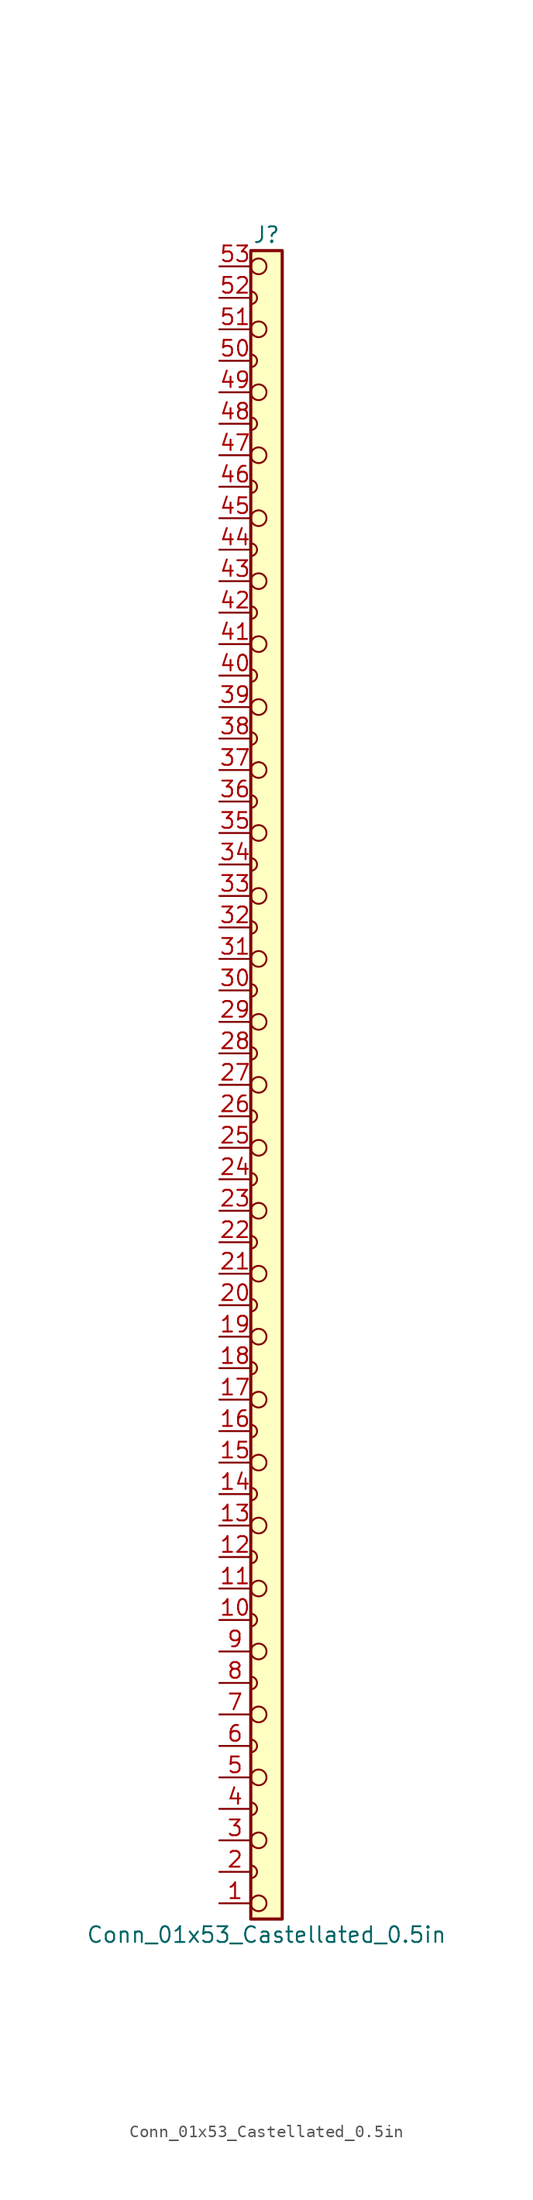
<source format=kicad_sym>
(kicad_symbol_lib
  (version 20241209)
  (generator "kicad_symbol_editor")
  (generator_version "9.0")
  (symbol "Conn_01x53_Castellated_0.5in"
    (pin_names
      (offset 1.016)
      (hide yes))
    (property "Reference" "J"
      (at 0 68.58 0)
      (effects (font (size 1.27 1.27))))
    (property "Value" "Conn_01x53_Castellated_0.5in"
      (at 0 -68.58 0)
      (effects (font (size 1.27 1.27))))
    (symbol "Conn_01x53_Castellated_0.5in_0_1"
      (polyline (pts (xy -1.27 64.008) (xy -1.27 62.992)) (stroke (width 0) (type default)) (fill (type none)))
      (arc (start -1.27 64.008) (mid -0.762 63.5) (end -1.27 62.992) (stroke (width 0) (type default)) (fill (type none)))
      (polyline (pts (xy -1.27 58.928) (xy -1.27 57.912)) (stroke (width 0) (type default)) (fill (type none)))
      (arc (start -1.27 58.928) (mid -0.762 58.42) (end -1.27 57.912) (stroke (width 0) (type default)) (fill (type none)))
      (polyline (pts (xy -1.27 53.848) (xy -1.27 52.832)) (stroke (width 0) (type default)) (fill (type none)))
      (arc (start -1.27 53.848) (mid -0.762 53.34) (end -1.27 52.832) (stroke (width 0) (type default)) (fill (type none)))
      (polyline (pts (xy -1.27 48.768) (xy -1.27 47.752)) (stroke (width 0) (type default)) (fill (type none)))
      (arc (start -1.27 48.768) (mid -0.762 48.26) (end -1.27 47.752) (stroke (width 0) (type default)) (fill (type none)))
      (polyline (pts (xy -1.27 43.688) (xy -1.27 42.672)) (stroke (width 0) (type default)) (fill (type none)))
      (arc (start -1.27 43.688) (mid -0.762 43.18) (end -1.27 42.672) (stroke (width 0) (type default)) (fill (type none)))
      (polyline (pts (xy -1.27 38.608) (xy -1.27 37.592)) (stroke (width 0) (type default)) (fill (type none)))
      (arc (start -1.27 38.608) (mid -0.762 38.1) (end -1.27 37.592) (stroke (width 0) (type default)) (fill (type none)))
      (polyline (pts (xy -1.27 33.528) (xy -1.27 32.512)) (stroke (width 0) (type default)) (fill (type none)))
      (arc (start -1.27 33.528) (mid -0.762 33.02) (end -1.27 32.512) (stroke (width 0) (type default)) (fill (type none)))
      (polyline (pts (xy -1.27 28.448) (xy -1.27 27.432)) (stroke (width 0) (type default)) (fill (type none)))
      (arc (start -1.27 28.448) (mid -0.762 27.94) (end -1.27 27.432) (stroke (width 0) (type default)) (fill (type none)))
      (polyline (pts (xy -1.27 23.368) (xy -1.27 22.352)) (stroke (width 0) (type default)) (fill (type none)))
      (arc (start -1.27 23.368) (mid -0.762 22.86) (end -1.27 22.352) (stroke (width 0) (type default)) (fill (type none)))
      (polyline (pts (xy -1.27 18.288) (xy -1.27 17.272)) (stroke (width 0) (type default)) (fill (type none)))
      (arc (start -1.27 18.288) (mid -0.762 17.78) (end -1.27 17.272) (stroke (width 0) (type default)) (fill (type none)))
      (polyline (pts (xy -1.27 13.208) (xy -1.27 12.192)) (stroke (width 0) (type default)) (fill (type none)))
      (arc (start -1.27 13.208) (mid -0.762 12.7) (end -1.27 12.192) (stroke (width 0) (type default)) (fill (type none)))
      (polyline (pts (xy -1.27 8.128) (xy -1.27 7.112)) (stroke (width 0) (type default)) (fill (type none)))
      (arc (start -1.27 8.128) (mid -0.762 7.62) (end -1.27 7.112) (stroke (width 0) (type default)) (fill (type none)))
      (polyline (pts (xy -1.27 3.048) (xy -1.27 2.032)) (stroke (width 0) (type default)) (fill (type none)))
      (arc (start -1.27 3.048) (mid -0.762 2.54) (end -1.27 2.032) (stroke (width 0) (type default)) (fill (type none)))
      (polyline (pts (xy -1.27 -2.032) (xy -1.27 -3.048)) (stroke (width 0) (type default)) (fill (type none)))
      (arc (start -1.27 -2.032) (mid -0.762 -2.54) (end -1.27 -3.048) (stroke (width 0) (type default)) (fill (type none)))
      (polyline (pts (xy -1.27 -7.112) (xy -1.27 -8.128)) (stroke (width 0) (type default)) (fill (type none)))
      (arc (start -1.27 -7.112) (mid -0.762 -7.62) (end -1.27 -8.128) (stroke (width 0) (type default)) (fill (type none)))
      (polyline (pts (xy -1.27 -12.192) (xy -1.27 -13.208)) (stroke (width 0) (type default)) (fill (type none)))
      (arc (start -1.27 -12.192) (mid -0.762 -12.7) (end -1.27 -13.208) (stroke (width 0) (type default)) (fill (type none)))
      (polyline (pts (xy -1.27 -17.272) (xy -1.27 -18.288)) (stroke (width 0) (type default)) (fill (type none)))
      (arc (start -1.27 -17.272) (mid -0.762 -17.78) (end -1.27 -18.288) (stroke (width 0) (type default)) (fill (type none)))
      (polyline (pts (xy -1.27 -22.352) (xy -1.27 -23.368)) (stroke (width 0) (type default)) (fill (type none)))
      (arc (start -1.27 -22.352) (mid -0.762 -22.86) (end -1.27 -23.368) (stroke (width 0) (type default)) (fill (type none)))
      (polyline (pts (xy -1.27 -27.432) (xy -1.27 -28.448)) (stroke (width 0) (type default)) (fill (type none)))
      (arc (start -1.27 -27.432) (mid -0.762 -27.94) (end -1.27 -28.448) (stroke (width 0) (type default)) (fill (type none)))
      (polyline (pts (xy -1.27 -32.512) (xy -1.27 -33.528)) (stroke (width 0) (type default)) (fill (type none)))
      (arc (start -1.27 -32.512) (mid -0.762 -33.02) (end -1.27 -33.528) (stroke (width 0) (type default)) (fill (type none)))
      (polyline (pts (xy -1.27 -37.592) (xy -1.27 -38.608)) (stroke (width 0) (type default)) (fill (type none)))
      (arc (start -1.27 -37.592) (mid -0.762 -38.1) (end -1.27 -38.608) (stroke (width 0) (type default)) (fill (type none)))
      (polyline (pts (xy -1.27 -42.672) (xy -1.27 -43.688)) (stroke (width 0) (type default)) (fill (type none)))
      (arc (start -1.27 -42.672) (mid -0.762 -43.18) (end -1.27 -43.688) (stroke (width 0) (type default)) (fill (type none)))
      (polyline (pts (xy -1.27 -47.752) (xy -1.27 -48.768)) (stroke (width 0) (type default)) (fill (type none)))
      (arc (start -1.27 -47.752) (mid -0.762 -48.26) (end -1.27 -48.768) (stroke (width 0) (type default)) (fill (type none)))
      (polyline (pts (xy -1.27 -52.832) (xy -1.27 -53.848)) (stroke (width 0) (type default)) (fill (type none)))
      (arc (start -1.27 -52.832) (mid -0.762 -53.34) (end -1.27 -53.848) (stroke (width 0) (type default)) (fill (type none)))
      (polyline (pts (xy -1.27 -57.912) (xy -1.27 -58.928)) (stroke (width 0) (type default)) (fill (type none)))
      (arc (start -1.27 -57.912) (mid -0.762 -58.42) (end -1.27 -58.928) (stroke (width 0) (type default)) (fill (type none)))
      (polyline (pts (xy -1.27 -62.992) (xy -1.27 -64.008)) (stroke (width 0) (type default)) (fill (type none)))
      (arc (start -1.27 -62.992) (mid -0.762 -63.5) (end -1.27 -64.008) (stroke (width 0) (type default)) (fill (type none)))
      (circle (center -0.635 66.04) (radius 0.635) (stroke (width 0) (type default)) (fill (type none)))
      (circle (center -0.635 60.96) (radius 0.635) (stroke (width 0) (type default)) (fill (type none)))
      (circle (center -0.635 55.88) (radius 0.635) (stroke (width 0) (type default)) (fill (type none)))
      (circle (center -0.635 50.8) (radius 0.635) (stroke (width 0) (type default)) (fill (type none)))
      (circle (center -0.635 45.72) (radius 0.635) (stroke (width 0) (type default)) (fill (type none)))
      (circle (center -0.635 40.64) (radius 0.635) (stroke (width 0) (type default)) (fill (type none)))
      (circle (center -0.635 35.56) (radius 0.635) (stroke (width 0) (type default)) (fill (type none)))
      (circle (center -0.635 30.48) (radius 0.635) (stroke (width 0) (type default)) (fill (type none)))
      (circle (center -0.635 25.4) (radius 0.635) (stroke (width 0) (type default)) (fill (type none)))
      (circle (center -0.635 20.32) (radius 0.635) (stroke (width 0) (type default)) (fill (type none)))
      (circle (center -0.635 15.24) (radius 0.635) (stroke (width 0) (type default)) (fill (type none)))
      (circle (center -0.635 10.16) (radius 0.635) (stroke (width 0) (type default)) (fill (type none)))
      (circle (center -0.635 5.08) (radius 0.635) (stroke (width 0) (type default)) (fill (type none)))
      (circle (center -0.635 0) (radius 0.635) (stroke (width 0) (type default)) (fill (type none)))
      (circle (center -0.635 -5.08) (radius 0.635) (stroke (width 0) (type default)) (fill (type none)))
      (circle (center -0.635 -10.16) (radius 0.635) (stroke (width 0) (type default)) (fill (type none)))
      (circle (center -0.635 -15.24) (radius 0.635) (stroke (width 0) (type default)) (fill (type none)))
      (circle (center -0.635 -20.32) (radius 0.635) (stroke (width 0) (type default)) (fill (type none)))
      (circle (center -0.635 -25.4) (radius 0.635) (stroke (width 0) (type default)) (fill (type none)))
      (circle (center -0.635 -30.48) (radius 0.635) (stroke (width 0) (type default)) (fill (type none)))
      (circle (center -0.635 -35.56) (radius 0.635) (stroke (width 0) (type default)) (fill (type none)))
      (circle (center -0.635 -40.64) (radius 0.635) (stroke (width 0) (type default)) (fill (type none)))
      (circle (center -0.635 -45.72) (radius 0.635) (stroke (width 0) (type default)) (fill (type none)))
      (circle (center -0.635 -50.8) (radius 0.635) (stroke (width 0) (type default)) (fill (type none)))
      (circle (center -0.635 -55.88) (radius 0.635) (stroke (width 0) (type default)) (fill (type none)))
      (circle (center -0.635 -60.96) (radius 0.635) (stroke (width 0) (type default)) (fill (type none)))
      (circle (center -0.635 -66.04) (radius 0.635) (stroke (width 0) (type default)) (fill (type none))))
    (symbol "Conn_01x53_Castellated_0.5in_1_1"
      (rectangle (start -1.27 67.31) (end 1.27 -67.31) (stroke (width 0.254) (type default)) (fill (type background)))
      (pin passive line (at -3.81 66.04 0) (length 2.54) (name "Pin_53" (effects (font (size 1.27 1.27)))) (number "53" (effects (font (size 1.27 1.27)))))
      (pin passive line (at -3.81 63.5 0) (length 2.54) (name "Pin_52" (effects (font (size 1.27 1.27)))) (number "52" (effects (font (size 1.27 1.27)))))
      (pin passive line (at -3.81 60.96 0) (length 2.54) (name "Pin_51" (effects (font (size 1.27 1.27)))) (number "51" (effects (font (size 1.27 1.27)))))
      (pin passive line (at -3.81 58.42 0) (length 2.54) (name "Pin_50" (effects (font (size 1.27 1.27)))) (number "50" (effects (font (size 1.27 1.27)))))
      (pin passive line (at -3.81 55.88 0) (length 2.54) (name "Pin_49" (effects (font (size 1.27 1.27)))) (number "49" (effects (font (size 1.27 1.27)))))
      (pin passive line (at -3.81 53.34 0) (length 2.54) (name "Pin_48" (effects (font (size 1.27 1.27)))) (number "48" (effects (font (size 1.27 1.27)))))
      (pin passive line (at -3.81 50.8 0) (length 2.54) (name "Pin_47" (effects (font (size 1.27 1.27)))) (number "47" (effects (font (size 1.27 1.27)))))
      (pin passive line (at -3.81 48.26 0) (length 2.54) (name "Pin_46" (effects (font (size 1.27 1.27)))) (number "46" (effects (font (size 1.27 1.27)))))
      (pin passive line (at -3.81 45.72 0) (length 2.54) (name "Pin_45" (effects (font (size 1.27 1.27)))) (number "45" (effects (font (size 1.27 1.27)))))
      (pin passive line (at -3.81 43.18 0) (length 2.54) (name "Pin_44" (effects (font (size 1.27 1.27)))) (number "44" (effects (font (size 1.27 1.27)))))
      (pin passive line (at -3.81 40.64 0) (length 2.54) (name "Pin_43" (effects (font (size 1.27 1.27)))) (number "43" (effects (font (size 1.27 1.27)))))
      (pin passive line (at -3.81 38.1 0) (length 2.54) (name "Pin_42" (effects (font (size 1.27 1.27)))) (number "42" (effects (font (size 1.27 1.27)))))
      (pin passive line (at -3.81 35.56 0) (length 2.54) (name "Pin_41" (effects (font (size 1.27 1.27)))) (number "41" (effects (font (size 1.27 1.27)))))
      (pin passive line (at -3.81 33.02 0) (length 2.54) (name "Pin_40" (effects (font (size 1.27 1.27)))) (number "40" (effects (font (size 1.27 1.27)))))
      (pin passive line (at -3.81 30.48 0) (length 2.54) (name "Pin_39" (effects (font (size 1.27 1.27)))) (number "39" (effects (font (size 1.27 1.27)))))
      (pin passive line (at -3.81 27.94 0) (length 2.54) (name "Pin_38" (effects (font (size 1.27 1.27)))) (number "38" (effects (font (size 1.27 1.27)))))
      (pin passive line (at -3.81 25.4 0) (length 2.54) (name "Pin_37" (effects (font (size 1.27 1.27)))) (number "37" (effects (font (size 1.27 1.27)))))
      (pin passive line (at -3.81 22.86 0) (length 2.54) (name "Pin_36" (effects (font (size 1.27 1.27)))) (number "36" (effects (font (size 1.27 1.27)))))
      (pin passive line (at -3.81 20.32 0) (length 2.54) (name "Pin_35" (effects (font (size 1.27 1.27)))) (number "35" (effects (font (size 1.27 1.27)))))
      (pin passive line (at -3.81 17.78 0) (length 2.54) (name "Pin_34" (effects (font (size 1.27 1.27)))) (number "34" (effects (font (size 1.27 1.27)))))
      (pin passive line (at -3.81 15.24 0) (length 2.54) (name "Pin_33" (effects (font (size 1.27 1.27)))) (number "33" (effects (font (size 1.27 1.27)))))
      (pin passive line (at -3.81 12.7 0) (length 2.54) (name "Pin_32" (effects (font (size 1.27 1.27)))) (number "32" (effects (font (size 1.27 1.27)))))
      (pin passive line (at -3.81 10.16 0) (length 2.54) (name "Pin_31" (effects (font (size 1.27 1.27)))) (number "31" (effects (font (size 1.27 1.27)))))
      (pin passive line (at -3.81 7.62 0) (length 2.54) (name "Pin_30" (effects (font (size 1.27 1.27)))) (number "30" (effects (font (size 1.27 1.27)))))
      (pin passive line (at -3.81 5.08 0) (length 2.54) (name "Pin_29" (effects (font (size 1.27 1.27)))) (number "29" (effects (font (size 1.27 1.27)))))
      (pin passive line (at -3.81 2.54 0) (length 2.54) (name "Pin_28" (effects (font (size 1.27 1.27)))) (number "28" (effects (font (size 1.27 1.27)))))
      (pin passive line (at -3.81 0 0) (length 2.54) (name "Pin_27" (effects (font (size 1.27 1.27)))) (number "27" (effects (font (size 1.27 1.27)))))
      (pin passive line (at -3.81 -2.54 0) (length 2.54) (name "Pin_26" (effects (font (size 1.27 1.27)))) (number "26" (effects (font (size 1.27 1.27)))))
      (pin passive line (at -3.81 -5.08 0) (length 2.54) (name "Pin_25" (effects (font (size 1.27 1.27)))) (number "25" (effects (font (size 1.27 1.27)))))
      (pin passive line (at -3.81 -7.62 0) (length 2.54) (name "Pin_24" (effects (font (size 1.27 1.27)))) (number "24" (effects (font (size 1.27 1.27)))))
      (pin passive line (at -3.81 -10.16 0) (length 2.54) (name "Pin_23" (effects (font (size 1.27 1.27)))) (number "23" (effects (font (size 1.27 1.27)))))
      (pin passive line (at -3.81 -12.7 0) (length 2.54) (name "Pin_22" (effects (font (size 1.27 1.27)))) (number "22" (effects (font (size 1.27 1.27)))))
      (pin passive line (at -3.81 -15.24 0) (length 2.54) (name "Pin_21" (effects (font (size 1.27 1.27)))) (number "21" (effects (font (size 1.27 1.27)))))
      (pin passive line (at -3.81 -17.78 0) (length 2.54) (name "Pin_20" (effects (font (size 1.27 1.27)))) (number "20" (effects (font (size 1.27 1.27)))))
      (pin passive line (at -3.81 -20.32 0) (length 2.54) (name "Pin_19" (effects (font (size 1.27 1.27)))) (number "19" (effects (font (size 1.27 1.27)))))
      (pin passive line (at -3.81 -22.86 0) (length 2.54) (name "Pin_18" (effects (font (size 1.27 1.27)))) (number "18" (effects (font (size 1.27 1.27)))))
      (pin passive line (at -3.81 -25.4 0) (length 2.54) (name "Pin_17" (effects (font (size 1.27 1.27)))) (number "17" (effects (font (size 1.27 1.27)))))
      (pin passive line (at -3.81 -27.94 0) (length 2.54) (name "Pin_16" (effects (font (size 1.27 1.27)))) (number "16" (effects (font (size 1.27 1.27)))))
      (pin passive line (at -3.81 -30.48 0) (length 2.54) (name "Pin_15" (effects (font (size 1.27 1.27)))) (number "15" (effects (font (size 1.27 1.27)))))
      (pin passive line (at -3.81 -33.02 0) (length 2.54) (name "Pin_14" (effects (font (size 1.27 1.27)))) (number "14" (effects (font (size 1.27 1.27)))))
      (pin passive line (at -3.81 -35.56 0) (length 2.54) (name "Pin_13" (effects (font (size 1.27 1.27)))) (number "13" (effects (font (size 1.27 1.27)))))
      (pin passive line (at -3.81 -38.1 0) (length 2.54) (name "Pin_12" (effects (font (size 1.27 1.27)))) (number "12" (effects (font (size 1.27 1.27)))))
      (pin passive line (at -3.81 -40.64 0) (length 2.54) (name "Pin_11" (effects (font (size 1.27 1.27)))) (number "11" (effects (font (size 1.27 1.27)))))
      (pin passive line (at -3.81 -43.18 0) (length 2.54) (name "Pin_10" (effects (font (size 1.27 1.27)))) (number "10" (effects (font (size 1.27 1.27)))))
      (pin passive line (at -3.81 -45.72 0) (length 2.54) (name "Pin_9" (effects (font (size 1.27 1.27)))) (number "9" (effects (font (size 1.27 1.27)))))
      (pin passive line (at -3.81 -48.26 0) (length 2.54) (name "Pin_8" (effects (font (size 1.27 1.27)))) (number "8" (effects (font (size 1.27 1.27)))))
      (pin passive line (at -3.81 -50.8 0) (length 2.54) (name "Pin_7" (effects (font (size 1.27 1.27)))) (number "7" (effects (font (size 1.27 1.27)))))
      (pin passive line (at -3.81 -53.34 0) (length 2.54) (name "Pin_6" (effects (font (size 1.27 1.27)))) (number "6" (effects (font (size 1.27 1.27)))))
      (pin passive line (at -3.81 -55.88 0) (length 2.54) (name "Pin_5" (effects (font (size 1.27 1.27)))) (number "5" (effects (font (size 1.27 1.27)))))
      (pin passive line (at -3.81 -58.42 0) (length 2.54) (name "Pin_4" (effects (font (size 1.27 1.27)))) (number "4" (effects (font (size 1.27 1.27)))))
      (pin passive line (at -3.81 -60.96 0) (length 2.54) (name "Pin_3" (effects (font (size 1.27 1.27)))) (number "3" (effects (font (size 1.27 1.27)))))
      (pin passive line (at -3.81 -63.5 0) (length 2.54) (name "Pin_2" (effects (font (size 1.27 1.27)))) (number "2" (effects (font (size 1.27 1.27)))))
      (pin passive line (at -3.81 -66.04 0) (length 2.54) (name "Pin_1" (effects (font (size 1.27 1.27)))) (number "1" (effects (font (size 1.27 1.27))))))))
</source>
